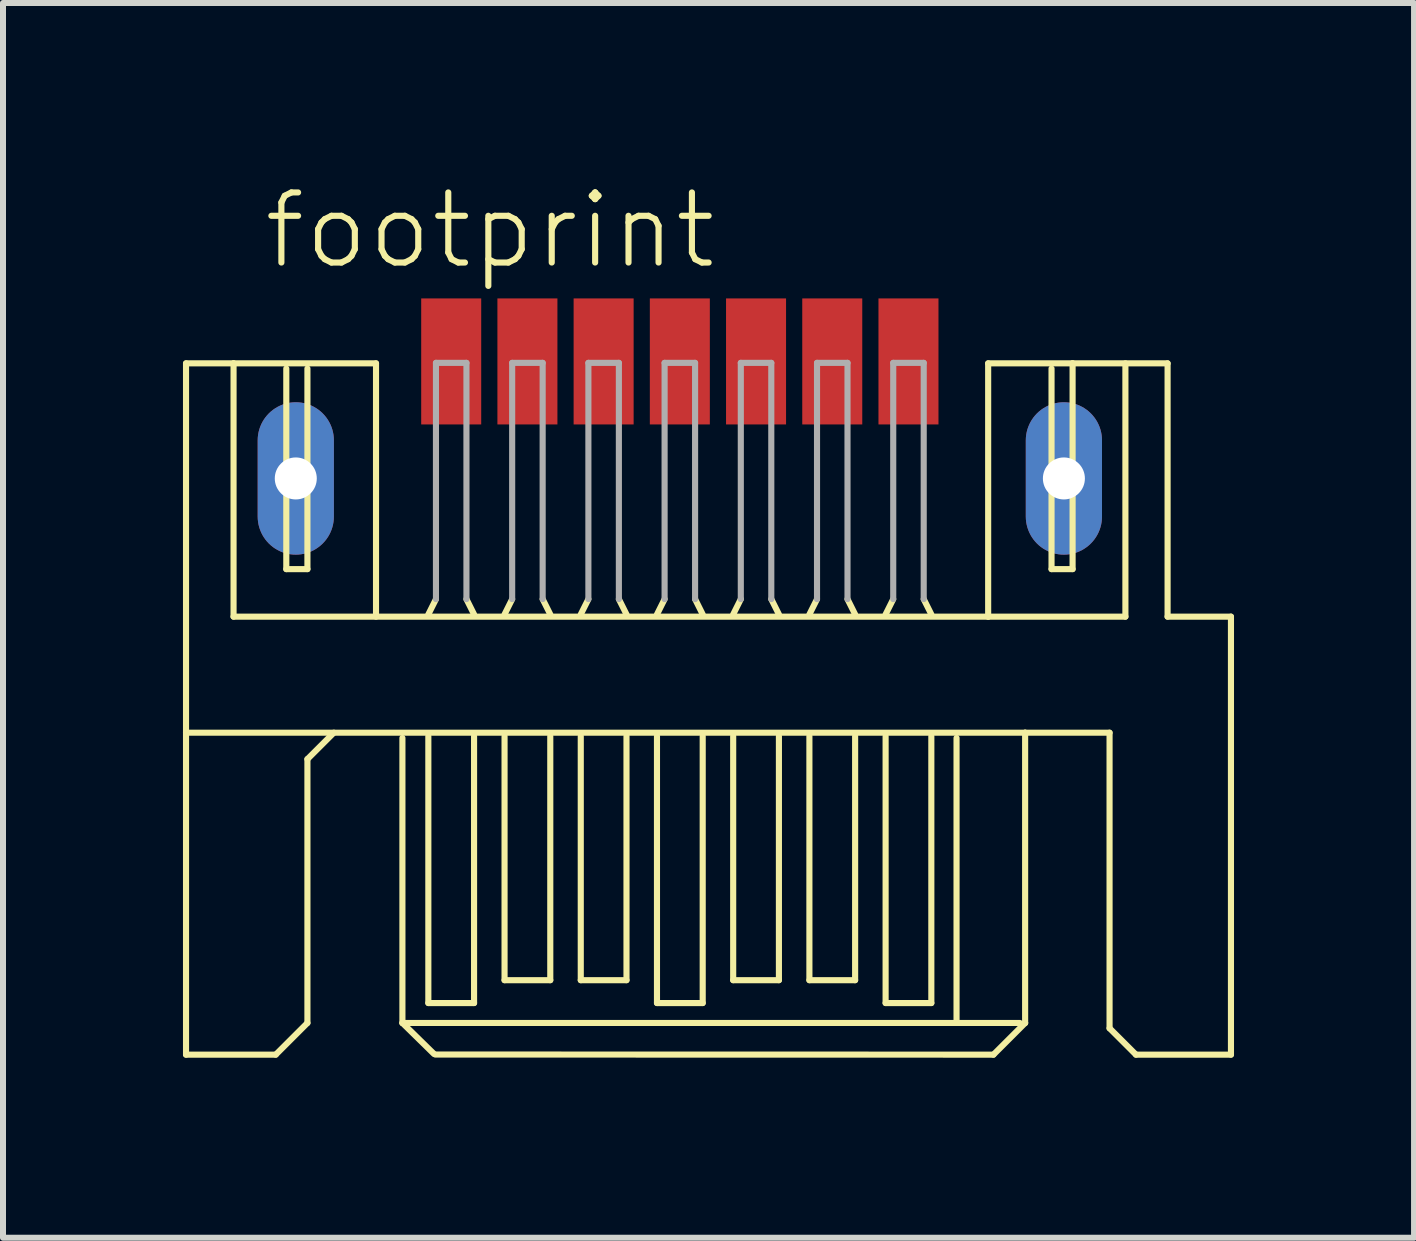
<source format=kicad_pcb>
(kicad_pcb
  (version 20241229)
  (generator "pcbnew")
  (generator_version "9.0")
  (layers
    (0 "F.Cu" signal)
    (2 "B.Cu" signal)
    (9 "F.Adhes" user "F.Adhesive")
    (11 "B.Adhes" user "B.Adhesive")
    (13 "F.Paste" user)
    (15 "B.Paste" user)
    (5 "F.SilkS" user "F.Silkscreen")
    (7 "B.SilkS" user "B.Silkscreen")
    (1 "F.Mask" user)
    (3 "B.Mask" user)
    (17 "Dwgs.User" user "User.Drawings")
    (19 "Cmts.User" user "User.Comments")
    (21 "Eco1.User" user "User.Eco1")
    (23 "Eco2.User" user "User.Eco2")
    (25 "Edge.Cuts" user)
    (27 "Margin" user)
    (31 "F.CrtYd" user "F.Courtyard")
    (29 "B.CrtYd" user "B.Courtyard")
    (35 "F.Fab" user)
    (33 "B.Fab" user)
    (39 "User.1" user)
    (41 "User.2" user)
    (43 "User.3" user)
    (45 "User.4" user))
  (footprint "footprint"
    (layer "F.Cu")
    (at 8.279 14.173)
    (property "Reference" "footprint" (at -6.985 -12.7 0) (layer "F.SilkS") (effects (font (size 1.168 1.168) (thickness 0.102)) (justify left bottom)))
    (fp_line (start -8.229 -11.168) (end -7.437 -11.168) (stroke (width 0.102) (type solid)) (layer "F.SilkS"))
    (fp_line (start -8.229 -5.013) (end -8.229 -11.168) (stroke (width 0.102) (type solid)) (layer "F.SilkS"))
    (fp_line (start -8.229 -5.013) (end 5.754 -5.013) (stroke (width 0.102) (type solid)) (layer "F.SilkS"))
    (fp_line (start -8.229 0.352) (end -8.229 -5.013) (stroke (width 0.102) (type solid)) (layer "F.SilkS"))
    (fp_line (start -7.437 -11.168) (end -7.437 -6.947) (stroke (width 0.102) (type solid)) (layer "F.SilkS"))
    (fp_line (start -7.437 -11.168) (end -5.063 -11.168) (stroke (width 0.102) (type solid)) (layer "F.SilkS"))
    (fp_line (start -7.437 -6.947) (end 5.138 -6.947) (stroke (width 0.102) (type solid)) (layer "F.SilkS"))
    (fp_line (start -6.734 0.352) (end -8.229 0.352) (stroke (width 0.102) (type solid)) (layer "F.SilkS"))
    (fp_line (start -6.558 -11.081) (end -6.558 -7.739) (stroke (width 0.102) (type solid)) (layer "F.SilkS"))
    (fp_line (start -6.558 -7.739) (end -6.206 -7.739) (stroke (width 0.102) (type solid)) (layer "F.SilkS"))
    (fp_line (start -6.206 -7.739) (end -6.206 -11.081) (stroke (width 0.102) (type solid)) (layer "F.SilkS"))
    (fp_line (start -6.206 -4.573) (end -5.766 -5.013) (stroke (width 0.102) (type solid)) (layer "F.SilkS"))
    (fp_line (start -6.206 -0.176) (end -6.734 0.352) (stroke (width 0.102) (type solid)) (layer "F.SilkS"))
    (fp_line (start -6.206 -0.176) (end -6.206 -4.573) (stroke (width 0.102) (type solid)) (layer "F.SilkS"))
    (fp_line (start -5.063 -11.168) (end -5.063 -6.947) (stroke (width 0.102) (type solid)) (layer "F.SilkS"))
    (fp_line (start -4.623 -0.176) (end -4.623 -4.925) (stroke (width 0.102) (type solid)) (layer "F.SilkS"))
    (fp_line (start -4.191 -6.985) (end -4.064 -7.239) (stroke (width 0.102) (type solid)) (layer "F.SilkS"))
    (fp_line (start -4.191 -0.508) (end -4.191 -4.953) (stroke (width 0.102) (type solid)) (layer "F.SilkS"))
    (fp_line (start -4.098 0.339) (end -4.623 -0.176) (stroke (width 0.102) (type solid)) (layer "F.SilkS"))
    (fp_line (start -3.556 -7.239) (end -3.429 -6.985) (stroke (width 0.102) (type solid)) (layer "F.SilkS"))
    (fp_line (start -3.429 -4.953) (end -3.429 -0.508) (stroke (width 0.102) (type solid)) (layer "F.SilkS"))
    (fp_line (start -3.429 -0.508) (end -4.191 -0.508) (stroke (width 0.102) (type solid)) (layer "F.SilkS"))
    (fp_line (start -2.921 -6.985) (end -2.794 -7.239) (stroke (width 0.102) (type solid)) (layer "F.SilkS"))
    (fp_line (start -2.921 -4.953) (end -2.921 -0.889) (stroke (width 0.102) (type solid)) (layer "F.SilkS"))
    (fp_line (start -2.921 -0.889) (end -2.159 -0.889) (stroke (width 0.102) (type solid)) (layer "F.SilkS"))
    (fp_line (start -2.286 -7.239) (end -2.159 -6.985) (stroke (width 0.102) (type solid)) (layer "F.SilkS"))
    (fp_line (start -2.159 -0.889) (end -2.159 -4.953) (stroke (width 0.102) (type solid)) (layer "F.SilkS"))
    (fp_line (start -1.651 -6.985) (end -1.524 -7.239) (stroke (width 0.102) (type solid)) (layer "F.SilkS"))
    (fp_line (start -1.651 -4.953) (end -1.651 -0.889) (stroke (width 0.102) (type solid)) (layer "F.SilkS"))
    (fp_line (start -1.651 -0.889) (end -0.889 -0.889) (stroke (width 0.102) (type solid)) (layer "F.SilkS"))
    (fp_line (start -1.016 -7.239) (end -0.889 -6.985) (stroke (width 0.102) (type solid)) (layer "F.SilkS"))
    (fp_line (start -0.889 -0.889) (end -0.889 -4.953) (stroke (width 0.102) (type solid)) (layer "F.SilkS"))
    (fp_line (start -0.381 -6.985) (end -0.254 -7.239) (stroke (width 0.102) (type solid)) (layer "F.SilkS"))
    (fp_line (start -0.381 -4.953) (end -0.381 -0.508) (stroke (width 0.102) (type solid)) (layer "F.SilkS"))
    (fp_line (start -0.381 -0.508) (end 0.381 -0.508) (stroke (width 0.102) (type solid)) (layer "F.SilkS"))
    (fp_line (start 0.254 -7.239) (end 0.381 -6.985) (stroke (width 0.102) (type solid)) (layer "F.SilkS"))
    (fp_line (start 0.381 -0.508) (end 0.381 -4.953) (stroke (width 0.102) (type solid)) (layer "F.SilkS"))
    (fp_line (start 0.889 -6.985) (end 1.016 -7.239) (stroke (width 0.102) (type solid)) (layer "F.SilkS"))
    (fp_line (start 0.889 -4.953) (end 0.889 -0.889) (stroke (width 0.102) (type solid)) (layer "F.SilkS"))
    (fp_line (start 0.889 -0.889) (end 1.651 -0.889) (stroke (width 0.102) (type solid)) (layer "F.SilkS"))
    (fp_line (start 1.524 -7.239) (end 1.651 -6.985) (stroke (width 0.102) (type solid)) (layer "F.SilkS"))
    (fp_line (start 1.651 -0.889) (end 1.651 -4.953) (stroke (width 0.102) (type solid)) (layer "F.SilkS"))
    (fp_line (start 2.159 -6.985) (end 2.286 -7.239) (stroke (width 0.102) (type solid)) (layer "F.SilkS"))
    (fp_line (start 2.159 -4.953) (end 2.159 -0.889) (stroke (width 0.102) (type solid)) (layer "F.SilkS"))
    (fp_line (start 2.159 -0.889) (end 2.921 -0.889) (stroke (width 0.102) (type solid)) (layer "F.SilkS"))
    (fp_line (start 2.794 -7.239) (end 2.921 -6.985) (stroke (width 0.102) (type solid)) (layer "F.SilkS"))
    (fp_line (start 2.921 -0.889) (end 2.921 -4.953) (stroke (width 0.102) (type solid)) (layer "F.SilkS"))
    (fp_line (start 3.429 -6.985) (end 3.556 -7.239) (stroke (width 0.102) (type solid)) (layer "F.SilkS"))
    (fp_line (start 3.429 -4.953) (end 3.429 -0.508) (stroke (width 0.102) (type solid)) (layer "F.SilkS"))
    (fp_line (start 3.429 -0.508) (end 4.191 -0.508) (stroke (width 0.102) (type solid)) (layer "F.SilkS"))
    (fp_line (start 4.064 -7.239) (end 4.191 -6.985) (stroke (width 0.102) (type solid)) (layer "F.SilkS"))
    (fp_line (start 4.191 -0.508) (end 4.191 -4.953) (stroke (width 0.102) (type solid)) (layer "F.SilkS"))
    (fp_line (start 4.611 -0.176) (end -4.623 -0.176) (stroke (width 0.102) (type solid)) (layer "F.SilkS"))
    (fp_line (start 4.611 -0.176) (end 4.611 -4.925) (stroke (width 0.102) (type solid)) (layer "F.SilkS"))
    (fp_line (start 5.138 -11.168) (end 6.545 -11.168) (stroke (width 0.102) (type solid)) (layer "F.SilkS"))
    (fp_line (start 5.138 -6.947) (end 5.138 -11.168) (stroke (width 0.102) (type solid)) (layer "F.SilkS"))
    (fp_line (start 5.138 -6.947) (end 7.425 -6.947) (stroke (width 0.102) (type solid)) (layer "F.SilkS"))
    (fp_line (start 5.226 0.352) (end -4.075 0.35) (stroke (width 0.102) (type solid)) (layer "F.SilkS"))
    (fp_line (start 5.666 -0.176) (end 4.611 -0.176) (stroke (width 0.102) (type solid)) (layer "F.SilkS"))
    (fp_line (start 5.754 -0.176) (end 5.226 0.352) (stroke (width 0.102) (type solid)) (layer "F.SilkS"))
    (fp_line (start 5.754 -5.013) (end 5.754 -0.176) (stroke (width 0.102) (type solid)) (layer "F.SilkS"))
    (fp_line (start 5.754 -0.176) (end 5.754 -0.176) (stroke (width 0.102) (type solid)) (layer "F.SilkS"))
    (fp_line (start 6.194 -11.081) (end 6.194 -7.739) (stroke (width 0.102) (type solid)) (layer "F.SilkS"))
    (fp_line (start 6.194 -7.739) (end 6.545 -7.739) (stroke (width 0.102) (type solid)) (layer "F.SilkS"))
    (fp_line (start 6.545 -11.168) (end 8.128 -11.168) (stroke (width 0.102) (type solid)) (layer "F.SilkS"))
    (fp_line (start 6.545 -7.739) (end 6.545 -11.168) (stroke (width 0.102) (type solid)) (layer "F.SilkS"))
    (fp_line (start 7.161 -5.013) (end 5.754 -5.013) (stroke (width 0.102) (type solid)) (layer "F.SilkS"))
    (fp_line (start 7.161 -0.088) (end 7.161 -5.013) (stroke (width 0.102) (type solid)) (layer "F.SilkS"))
    (fp_line (start 7.425 -6.947) (end 7.425 -11.168) (stroke (width 0.102) (type solid)) (layer "F.SilkS"))
    (fp_line (start 7.601 0.352) (end 7.161 -0.088) (stroke (width 0.102) (type solid)) (layer "F.SilkS"))
    (fp_line (start 8.128 -11.168) (end 8.128 -6.947) (stroke (width 0.102) (type solid)) (layer "F.SilkS"))
    (fp_line (start 8.128 -6.947) (end 9.184 -6.947) (stroke (width 0.102) (type solid)) (layer "F.SilkS"))
    (fp_line (start 9.184 -6.947) (end 9.184 0.352) (stroke (width 0.102) (type solid)) (layer "F.SilkS"))
    (fp_line (start 9.184 0.352) (end 7.601 0.352) (stroke (width 0.102) (type solid)) (layer "F.SilkS"))
    (fp_line (start -4.064 -11.176) (end -3.556 -11.176) (stroke (width 0.102) (type solid)) (layer "F.Fab"))
    (fp_line (start -4.064 -7.239) (end -4.064 -11.176) (stroke (width 0.102) (type solid)) (layer "F.Fab"))
    (fp_line (start -3.556 -11.176) (end -3.556 -7.239) (stroke (width 0.102) (type solid)) (layer "F.Fab"))
    (fp_line (start -2.794 -11.176) (end -2.286 -11.176) (stroke (width 0.102) (type solid)) (layer "F.Fab"))
    (fp_line (start -2.794 -7.239) (end -2.794 -11.176) (stroke (width 0.102) (type solid)) (layer "F.Fab"))
    (fp_line (start -2.286 -11.176) (end -2.286 -7.239) (stroke (width 0.102) (type solid)) (layer "F.Fab"))
    (fp_line (start -1.524 -11.176) (end -1.016 -11.176) (stroke (width 0.102) (type solid)) (layer "F.Fab"))
    (fp_line (start -1.524 -7.239) (end -1.524 -11.176) (stroke (width 0.102) (type solid)) (layer "F.Fab"))
    (fp_line (start -1.016 -11.176) (end -1.016 -7.239) (stroke (width 0.102) (type solid)) (layer "F.Fab"))
    (fp_line (start -0.254 -11.176) (end 0.254 -11.176) (stroke (width 0.102) (type solid)) (layer "F.Fab"))
    (fp_line (start -0.254 -7.239) (end -0.254 -11.176) (stroke (width 0.102) (type solid)) (layer "F.Fab"))
    (fp_line (start 0.254 -11.176) (end 0.254 -7.239) (stroke (width 0.102) (type solid)) (layer "F.Fab"))
    (fp_line (start 1.016 -11.176) (end 1.524 -11.176) (stroke (width 0.102) (type solid)) (layer "F.Fab"))
    (fp_line (start 1.016 -7.239) (end 1.016 -11.176) (stroke (width 0.102) (type solid)) (layer "F.Fab"))
    (fp_line (start 1.524 -11.176) (end 1.524 -7.239) (stroke (width 0.102) (type solid)) (layer "F.Fab"))
    (fp_line (start 2.286 -11.176) (end 2.794 -11.176) (stroke (width 0.102) (type solid)) (layer "F.Fab"))
    (fp_line (start 2.286 -7.239) (end 2.286 -11.176) (stroke (width 0.102) (type solid)) (layer "F.Fab"))
    (fp_line (start 2.794 -11.176) (end 2.794 -7.239) (stroke (width 0.102) (type solid)) (layer "F.Fab"))
    (fp_line (start 3.556 -11.176) (end 4.064 -11.176) (stroke (width 0.102) (type solid)) (layer "F.Fab"))
    (fp_line (start 3.556 -7.239) (end 3.556 -11.176) (stroke (width 0.102) (type solid)) (layer "F.Fab"))
    (fp_line (start 4.064 -11.176) (end 4.064 -7.239) (stroke (width 0.102) (type solid)) (layer "F.Fab"))
    (pad "1" smd rect (at -3.81 -11.2) (size 1 2.1) (layers "F.Cu" "F.Mask" "F.Paste"))
    (pad "2" smd rect (at -2.54 -11.2) (size 1 2.1) (layers "F.Cu" "F.Mask" "F.Paste"))
    (pad "3" smd rect (at -1.27 -11.2) (size 1 2.1) (layers "F.Cu" "F.Mask" "F.Paste"))
    (pad "4" smd rect (at 0 -11.2) (size 1 2.1) (layers "F.Cu" "F.Mask" "F.Paste"))
    (pad "5" smd rect (at 1.27 -11.2) (size 1 2.1) (layers "F.Cu" "F.Mask" "F.Paste"))
    (pad "6" smd rect (at 2.54 -11.2) (size 1 2.1) (layers "F.Cu" "F.Mask" "F.Paste"))
    (pad "7" smd rect (at 3.81 -11.2) (size 1 2.1) (layers "F.Cu" "F.Mask" "F.Paste"))
    (pad "M1" thru_hole oval (at -6.4 -9.25 90) (size 2.54 1.27) (drill 0.7) (layers "*.Cu" "*.Mask"))
    (pad "M2" thru_hole oval (at 6.4 -9.25 90) (size 2.54 1.27) (drill 0.7) (layers "*.Cu" "*.Mask")))
  (gr_rect
    (start -3 -3)
    (end 20.514 17.576)
    (stroke (width 0.1) (type default))
    (fill no)
    (layer "Edge.Cuts")))
</source>
